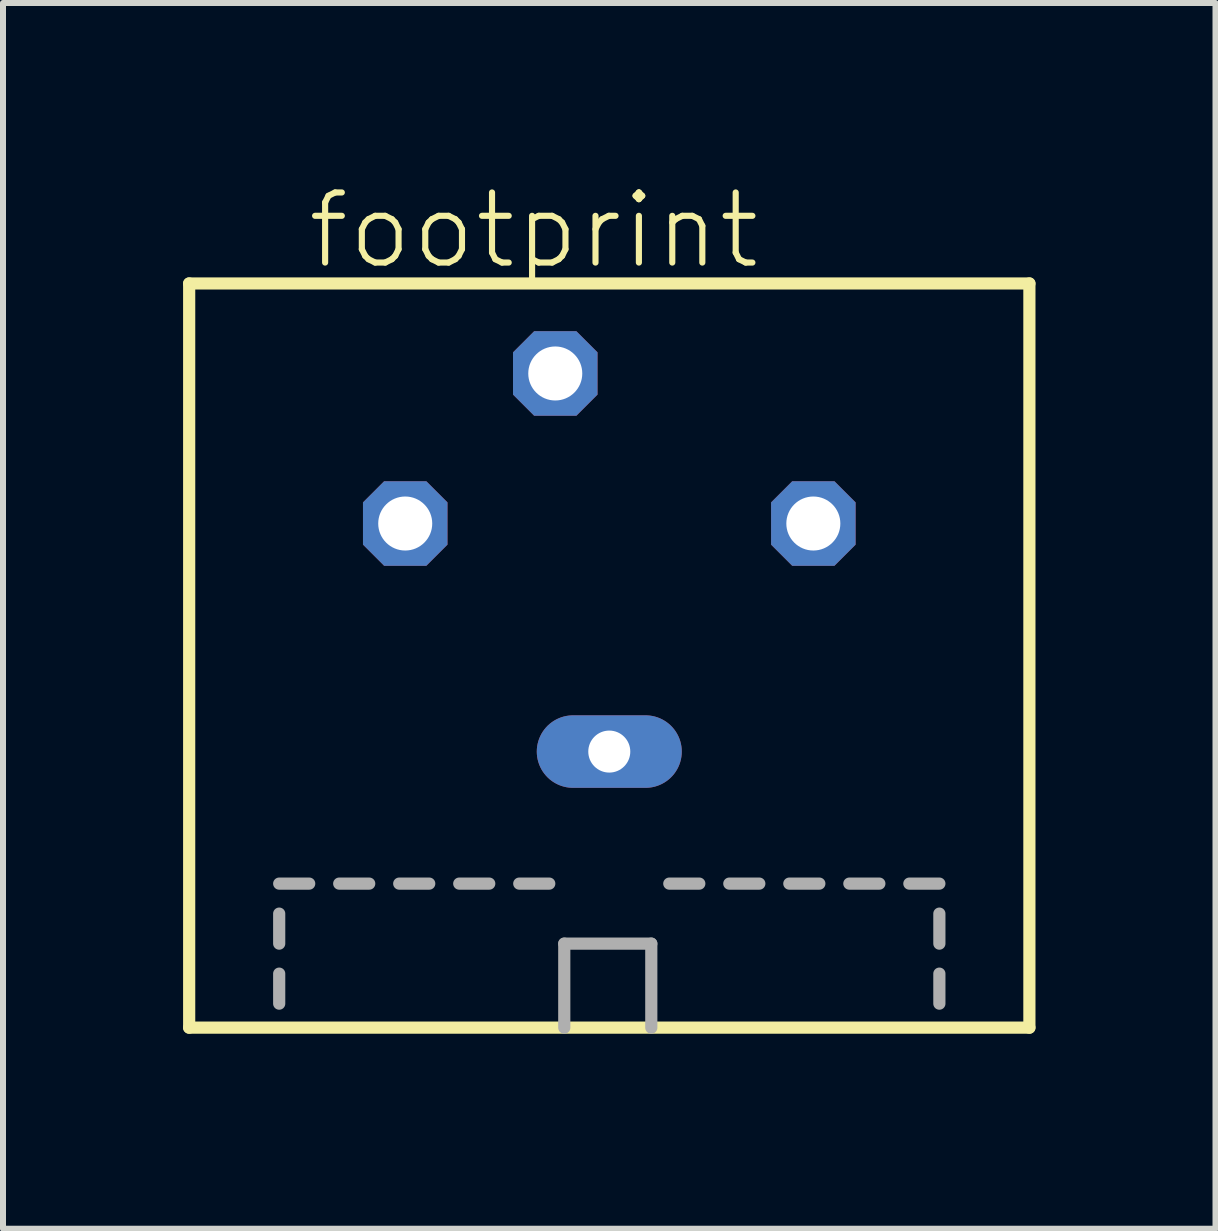
<source format=kicad_pcb>
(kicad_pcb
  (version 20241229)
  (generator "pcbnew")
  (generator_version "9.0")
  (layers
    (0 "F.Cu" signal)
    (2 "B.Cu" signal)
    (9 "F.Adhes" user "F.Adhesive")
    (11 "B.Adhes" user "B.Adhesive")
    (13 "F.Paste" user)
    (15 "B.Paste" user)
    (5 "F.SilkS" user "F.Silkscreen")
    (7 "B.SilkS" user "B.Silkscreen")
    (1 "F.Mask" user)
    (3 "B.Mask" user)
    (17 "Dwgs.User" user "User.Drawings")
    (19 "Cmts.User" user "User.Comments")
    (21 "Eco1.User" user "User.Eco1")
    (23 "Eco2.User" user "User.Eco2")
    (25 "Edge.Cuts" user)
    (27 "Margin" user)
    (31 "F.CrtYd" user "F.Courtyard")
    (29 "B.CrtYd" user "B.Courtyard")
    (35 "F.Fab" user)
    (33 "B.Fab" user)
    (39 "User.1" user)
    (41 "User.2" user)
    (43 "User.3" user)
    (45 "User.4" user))
  (footprint "footprint"
    (layer "F.Cu")
    (at 7.102 14.173)
    (property "Reference" "footprint" (at -5.08 -12.7 0) (layer "F.SilkS") (effects (font (size 1.168 1.168) (thickness 0.102)) (justify left bottom)))
    (fp_line (start -7 -12.5) (end -7 -0.1) (stroke (width 0.203) (type solid)) (layer "F.SilkS"))
    (fp_line (start -7 -0.1) (end 7 -0.1) (stroke (width 0.203) (type solid)) (layer "F.SilkS"))
    (fp_line (start 7 -12.5) (end -7 -12.5) (stroke (width 0.203) (type solid)) (layer "F.SilkS"))
    (fp_line (start 7 -0.1) (end 7 -12.5) (stroke (width 0.203) (type solid)) (layer "F.SilkS"))
    (fp_line (start -5.5 -2.5) (end -5 -2.5) (stroke (width 0.203) (type solid)) (layer "F.Fab"))
    (fp_line (start -5.5 -1.5) (end -5.5 -2) (stroke (width 0.203) (type solid)) (layer "F.Fab"))
    (fp_line (start -5.5 -0.5) (end -5.5 -1) (stroke (width 0.203) (type solid)) (layer "F.Fab"))
    (fp_line (start -4.5 -2.5) (end -4 -2.5) (stroke (width 0.203) (type solid)) (layer "F.Fab"))
    (fp_line (start -3.5 -2.5) (end -3 -2.5) (stroke (width 0.203) (type solid)) (layer "F.Fab"))
    (fp_line (start -2.5 -2.5) (end -2 -2.5) (stroke (width 0.203) (type solid)) (layer "F.Fab"))
    (fp_line (start -1.5 -2.5) (end -1 -2.5) (stroke (width 0.203) (type solid)) (layer "F.Fab"))
    (fp_line (start -0.75 -1.5) (end 0.7 -1.5) (stroke (width 0.203) (type solid)) (layer "F.Fab"))
    (fp_line (start -0.75 -0.1) (end -0.75 -1.5) (stroke (width 0.203) (type solid)) (layer "F.Fab"))
    (fp_line (start 0.7 -1.5) (end 0.7 -0.1) (stroke (width 0.203) (type solid)) (layer "F.Fab"))
    (fp_line (start 1 -2.5) (end 1.5 -2.5) (stroke (width 0.203) (type solid)) (layer "F.Fab"))
    (fp_line (start 2 -2.5) (end 2.5 -2.5) (stroke (width 0.203) (type solid)) (layer "F.Fab"))
    (fp_line (start 3 -2.5) (end 3.5 -2.5) (stroke (width 0.203) (type solid)) (layer "F.Fab"))
    (fp_line (start 4 -2.5) (end 4.5 -2.5) (stroke (width 0.203) (type solid)) (layer "F.Fab"))
    (fp_line (start 5 -2.5) (end 5.5 -2.5) (stroke (width 0.203) (type solid)) (layer "F.Fab"))
    (fp_line (start 5.5 -1.5) (end 5.5 -2) (stroke (width 0.203) (type solid)) (layer "F.Fab"))
    (fp_line (start 5.5 -0.5) (end 5.5 -1) (stroke (width 0.203) (type solid)) (layer "F.Fab"))
    (pad "1" thru_hole roundrect (at 3.4 -8.5) (size 1.408 1.408) (drill 0.9) (layers "*.Cu" "*.Mask") (roundrect_rratio 0.25) (chamfer_ratio 0.25) (chamfer top_left top_right bottom_left bottom_right))
    (pad "2" thru_hole roundrect (at -3.4 -8.5) (size 1.408 1.408) (drill 0.9) (layers "*.Cu" "*.Mask") (roundrect_rratio 0.25) (chamfer_ratio 0.25) (chamfer top_left top_right bottom_left bottom_right))
    (pad "3" thru_hole roundrect (at -0.9 -11) (size 1.408 1.408) (drill 0.9) (layers "*.Cu" "*.Mask") (roundrect_rratio 0.25) (chamfer_ratio 0.25) (chamfer top_left top_right bottom_left bottom_right))
    (pad "M" thru_hole oval (at 0 -4.7) (size 2.416 1.208) (drill 0.7) (layers "*.Cu" "*.Mask")))
  (gr_rect
    (start -3 -3)
    (end 17.203 17.423)
    (stroke (width 0.1) (type default))
    (fill no)
    (layer "Edge.Cuts")))
</source>
